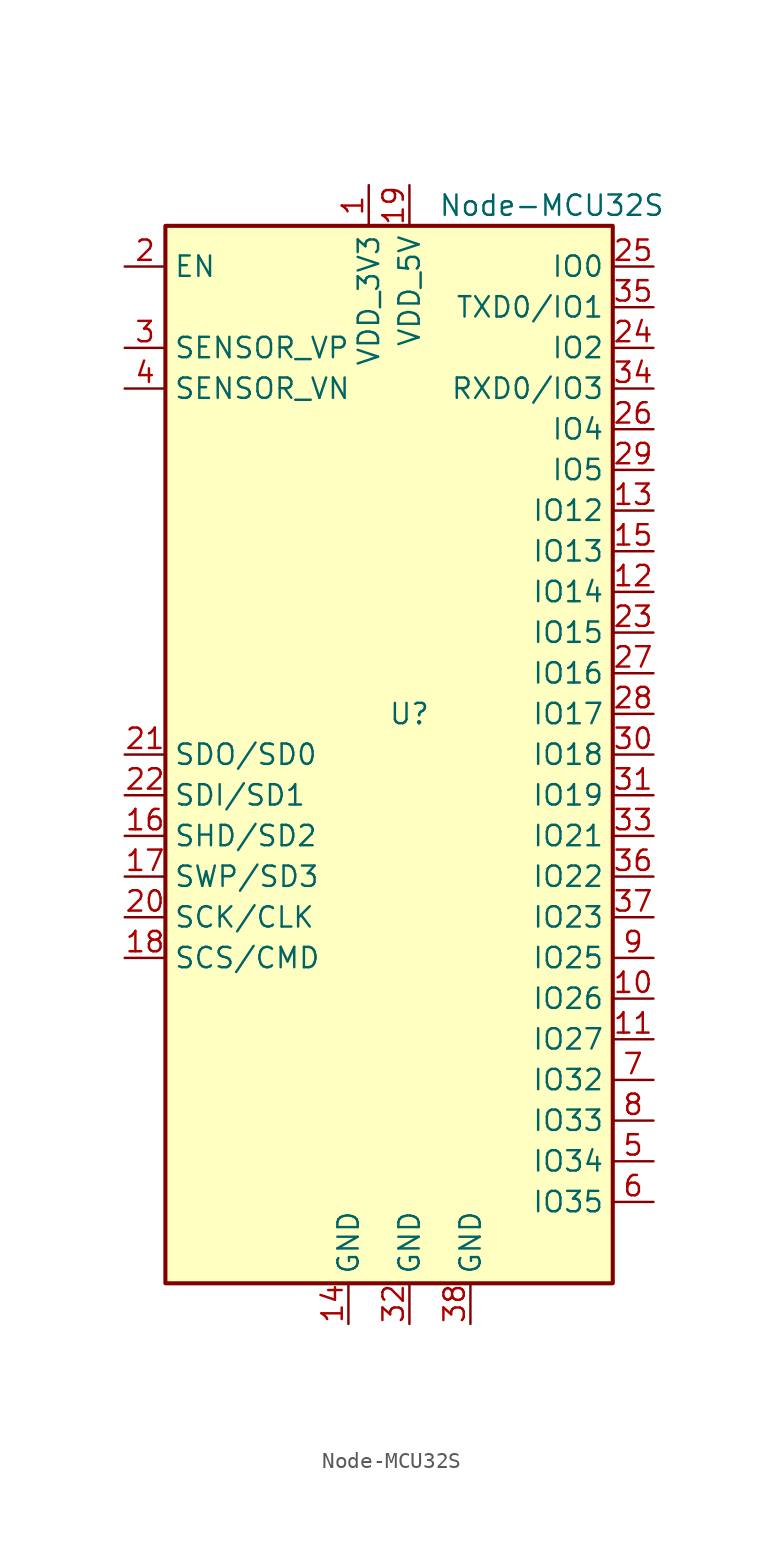
<source format=kicad_sym>
(kicad_symbol_lib
  (version 20211014)
  (generator kicad_symbol_editor)
  (symbol "Node-MCU32S"
    (property "Reference" "U"
      (at 0 0 0)
      (effects (font (size 1.27 1.27))))
    (property "Value" "Node-MCU32S"
      (at 8.89 31.75 0)
      (effects (font (size 1.27 1.27))))
    (symbol "Node-MCU32S_0_1"
      (rectangle (start -15.24 30.48) (end 12.7 -35.56) (stroke (width 0.254) (type default) (color 0 0 0 0)) (fill (type background))))
    (symbol "Node-MCU32S_1_1"
      (pin power_in line (at -2.54 33.02 270) (length 2.54) (name "VDD_3V3" (effects (font (size 1.27 1.27)))) (number "1" (effects (font (size 1.27 1.27)))))
      (pin bidirectional line (at 15.24 -17.78 180) (length 2.54) (name "IO26" (effects (font (size 1.27 1.27)))) (number "10" (effects (font (size 1.27 1.27)))))
      (pin bidirectional line (at 15.24 -20.32 180) (length 2.54) (name "IO27" (effects (font (size 1.27 1.27)))) (number "11" (effects (font (size 1.27 1.27)))))
      (pin bidirectional line (at 15.24 7.62 180) (length 2.54) (name "IO14" (effects (font (size 1.27 1.27)))) (number "12" (effects (font (size 1.27 1.27)))))
      (pin bidirectional line (at 15.24 12.7 180) (length 2.54) (name "IO12" (effects (font (size 1.27 1.27)))) (number "13" (effects (font (size 1.27 1.27)))))
      (pin power_in line (at -3.81 -38.1 90) (length 2.54) (name "GND" (effects (font (size 1.27 1.27)))) (number "14" (effects (font (size 1.27 1.27)))))
      (pin bidirectional line (at 15.24 10.16 180) (length 2.54) (name "IO13" (effects (font (size 1.27 1.27)))) (number "15" (effects (font (size 1.27 1.27)))))
      (pin bidirectional line (at -17.78 -7.62 0) (length 2.54) (name "SHD/SD2" (effects (font (size 1.27 1.27)))) (number "16" (effects (font (size 1.27 1.27)))))
      (pin bidirectional line (at -17.78 -10.16 0) (length 2.54) (name "SWP/SD3" (effects (font (size 1.27 1.27)))) (number "17" (effects (font (size 1.27 1.27)))))
      (pin bidirectional line (at -17.78 -15.24 0) (length 2.54) (name "SCS/CMD" (effects (font (size 1.27 1.27)))) (number "18" (effects (font (size 1.27 1.27)))))
      (pin power_in line (at 0 33.02 270) (length 2.54) (name "VDD_5V" (effects (font (size 1.27 1.27)))) (number "19" (effects (font (size 1.27 1.27)))))
      (pin input line (at -17.78 27.94 0) (length 2.54) (name "EN" (effects (font (size 1.27 1.27)))) (number "2" (effects (font (size 1.27 1.27)))))
      (pin bidirectional line (at -17.78 -12.7 0) (length 2.54) (name "SCK/CLK" (effects (font (size 1.27 1.27)))) (number "20" (effects (font (size 1.27 1.27)))))
      (pin bidirectional line (at -17.78 -2.54 0) (length 2.54) (name "SDO/SD0" (effects (font (size 1.27 1.27)))) (number "21" (effects (font (size 1.27 1.27)))))
      (pin bidirectional line (at -17.78 -5.08 0) (length 2.54) (name "SDI/SD1" (effects (font (size 1.27 1.27)))) (number "22" (effects (font (size 1.27 1.27)))))
      (pin bidirectional line (at 15.24 5.08 180) (length 2.54) (name "IO15" (effects (font (size 1.27 1.27)))) (number "23" (effects (font (size 1.27 1.27)))))
      (pin bidirectional line (at 15.24 22.86 180) (length 2.54) (name "IO2" (effects (font (size 1.27 1.27)))) (number "24" (effects (font (size 1.27 1.27)))))
      (pin bidirectional line (at 15.24 27.94 180) (length 2.54) (name "IO0" (effects (font (size 1.27 1.27)))) (number "25" (effects (font (size 1.27 1.27)))))
      (pin bidirectional line (at 15.24 17.78 180) (length 2.54) (name "IO4" (effects (font (size 1.27 1.27)))) (number "26" (effects (font (size 1.27 1.27)))))
      (pin bidirectional line (at 15.24 2.54 180) (length 2.54) (name "IO16" (effects (font (size 1.27 1.27)))) (number "27" (effects (font (size 1.27 1.27)))))
      (pin bidirectional line (at 15.24 0 180) (length 2.54) (name "IO17" (effects (font (size 1.27 1.27)))) (number "28" (effects (font (size 1.27 1.27)))))
      (pin bidirectional line (at 15.24 15.24 180) (length 2.54) (name "IO5" (effects (font (size 1.27 1.27)))) (number "29" (effects (font (size 1.27 1.27)))))
      (pin input line (at -17.78 22.86 0) (length 2.54) (name "SENSOR_VP" (effects (font (size 1.27 1.27)))) (number "3" (effects (font (size 1.27 1.27)))))
      (pin bidirectional line (at 15.24 -2.54 180) (length 2.54) (name "IO18" (effects (font (size 1.27 1.27)))) (number "30" (effects (font (size 1.27 1.27)))))
      (pin bidirectional line (at 15.24 -5.08 180) (length 2.54) (name "IO19" (effects (font (size 1.27 1.27)))) (number "31" (effects (font (size 1.27 1.27)))))
      (pin power_in line (at 0 -38.1 90) (length 2.54) (name "GND" (effects (font (size 1.27 1.27)))) (number "32" (effects (font (size 1.27 1.27)))))
      (pin bidirectional line (at 15.24 -7.62 180) (length 2.54) (name "IO21" (effects (font (size 1.27 1.27)))) (number "33" (effects (font (size 1.27 1.27)))))
      (pin bidirectional line (at 15.24 20.32 180) (length 2.54) (name "RXD0/IO3" (effects (font (size 1.27 1.27)))) (number "34" (effects (font (size 1.27 1.27)))))
      (pin bidirectional line (at 15.24 25.4 180) (length 2.54) (name "TXD0/IO1" (effects (font (size 1.27 1.27)))) (number "35" (effects (font (size 1.27 1.27)))))
      (pin bidirectional line (at 15.24 -10.16 180) (length 2.54) (name "IO22" (effects (font (size 1.27 1.27)))) (number "36" (effects (font (size 1.27 1.27)))))
      (pin bidirectional line (at 15.24 -12.7 180) (length 2.54) (name "IO23" (effects (font (size 1.27 1.27)))) (number "37" (effects (font (size 1.27 1.27)))))
      (pin power_in line (at 3.81 -38.1 90) (length 2.54) (name "GND" (effects (font (size 1.27 1.27)))) (number "38" (effects (font (size 1.27 1.27)))))
      (pin input line (at -17.78 20.32 0) (length 2.54) (name "SENSOR_VN" (effects (font (size 1.27 1.27)))) (number "4" (effects (font (size 1.27 1.27)))))
      (pin input line (at 15.24 -27.94 180) (length 2.54) (name "IO34" (effects (font (size 1.27 1.27)))) (number "5" (effects (font (size 1.27 1.27)))))
      (pin input line (at 15.24 -30.48 180) (length 2.54) (name "IO35" (effects (font (size 1.27 1.27)))) (number "6" (effects (font (size 1.27 1.27)))))
      (pin bidirectional line (at 15.24 -22.86 180) (length 2.54) (name "IO32" (effects (font (size 1.27 1.27)))) (number "7" (effects (font (size 1.27 1.27)))))
      (pin bidirectional line (at 15.24 -25.4 180) (length 2.54) (name "IO33" (effects (font (size 1.27 1.27)))) (number "8" (effects (font (size 1.27 1.27)))))
      (pin bidirectional line (at 15.24 -15.24 180) (length 2.54) (name "IO25" (effects (font (size 1.27 1.27)))) (number "9" (effects (font (size 1.27 1.27))))))))
</source>
